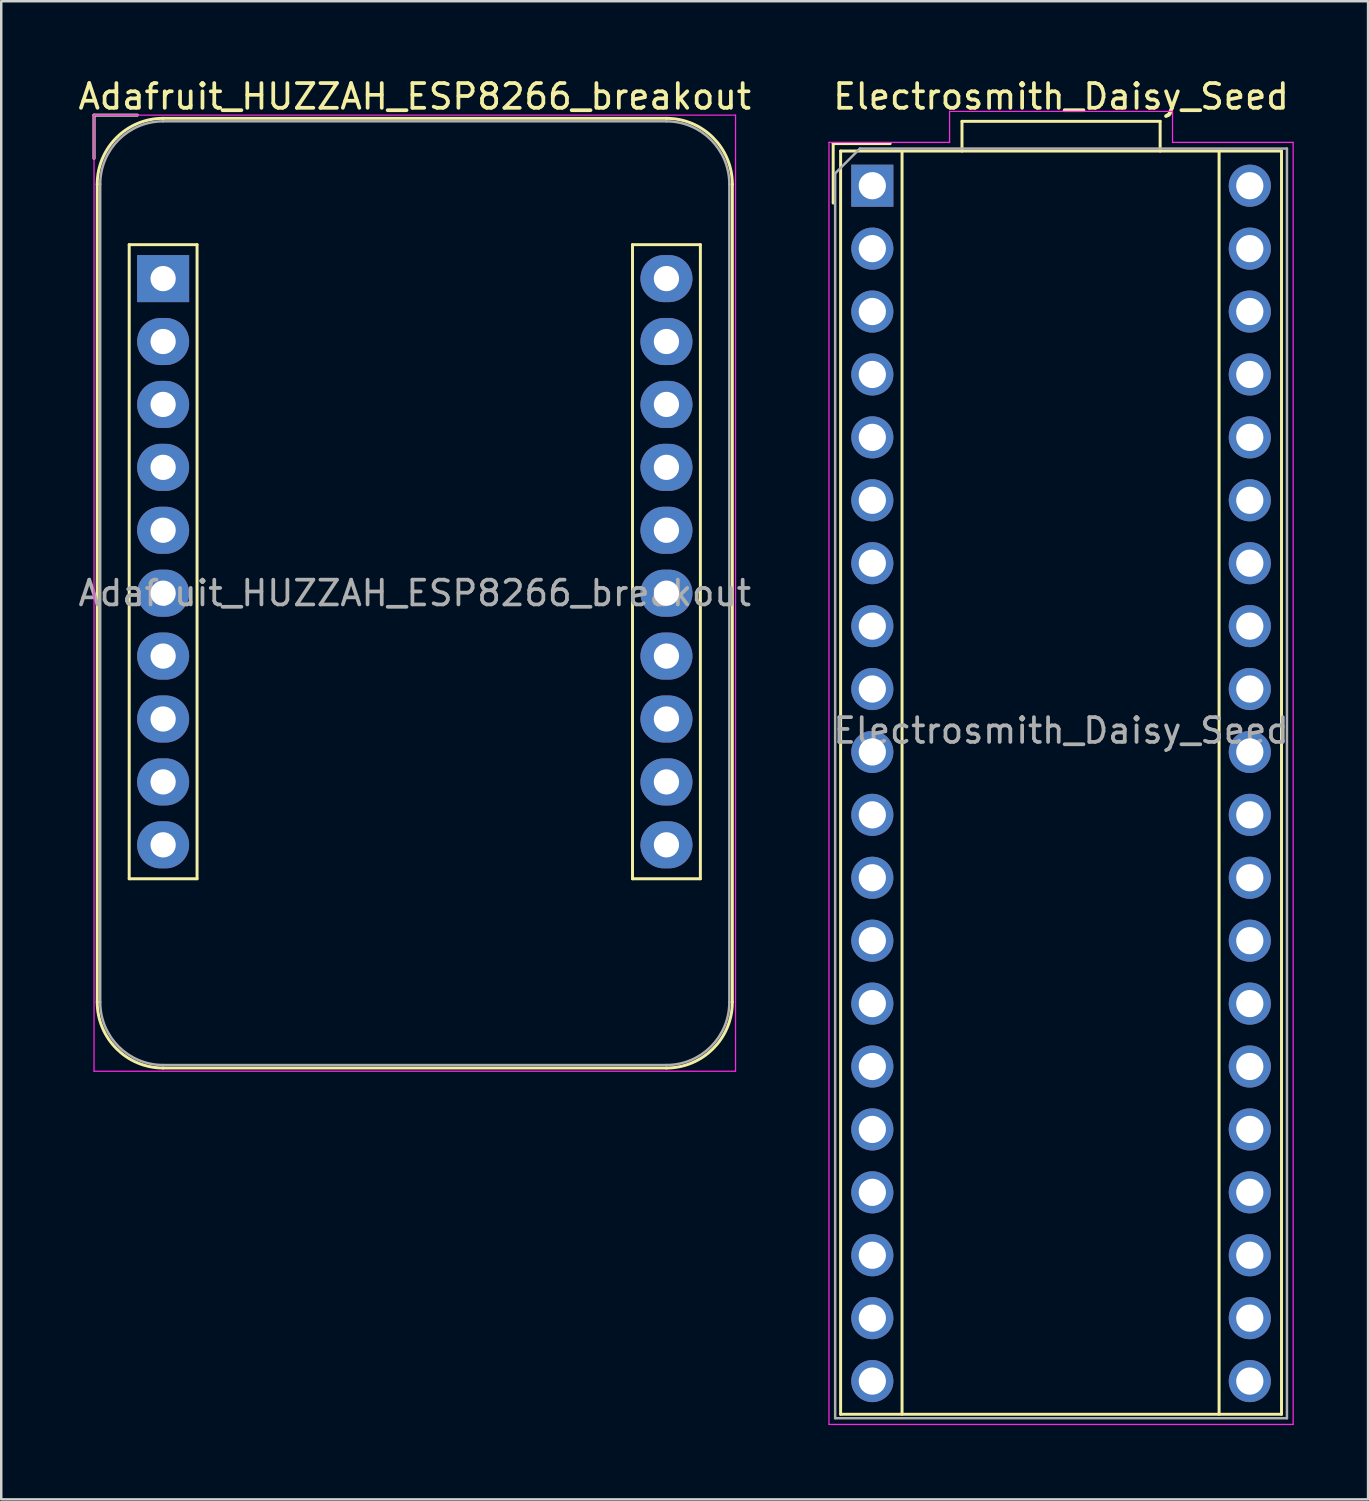
<source format=kicad_pcb>
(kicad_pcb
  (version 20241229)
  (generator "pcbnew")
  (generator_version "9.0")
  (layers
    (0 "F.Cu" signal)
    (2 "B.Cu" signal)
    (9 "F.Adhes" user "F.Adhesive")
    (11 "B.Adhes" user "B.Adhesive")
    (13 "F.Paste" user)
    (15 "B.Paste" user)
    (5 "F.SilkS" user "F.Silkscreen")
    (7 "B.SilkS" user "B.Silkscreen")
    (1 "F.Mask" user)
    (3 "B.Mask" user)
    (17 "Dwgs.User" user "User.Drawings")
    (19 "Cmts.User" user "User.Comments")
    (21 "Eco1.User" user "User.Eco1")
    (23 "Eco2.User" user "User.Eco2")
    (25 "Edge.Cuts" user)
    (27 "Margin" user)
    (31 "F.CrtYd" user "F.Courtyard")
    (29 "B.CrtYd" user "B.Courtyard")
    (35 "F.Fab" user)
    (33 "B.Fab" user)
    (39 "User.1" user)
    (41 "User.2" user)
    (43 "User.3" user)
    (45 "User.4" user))
  (footprint "Electrosmith_Daisy_Seed"
    (layer "F.Cu")
    (at 32.168 4.448)
    (property "Reference" "Electrosmith_Daisy_Seed" (at 7.62 -3.6 0) (layer "F.SilkS") (effects (font (size 1 1) (thickness 0.15))))
    (attr through_hole)
    (fp_line (start -1.58 -1.7) (end -1.58 0.7) (stroke (width 0.12) (type solid)) (layer "F.SilkS"))
    (fp_line (start -1.28 -1.4) (end 16.52 -1.4) (stroke (width 0.12) (type solid)) (layer "F.SilkS"))
    (fp_line (start -1.28 49.6) (end -1.28 -1.4) (stroke (width 0.12) (type solid)) (layer "F.SilkS"))
    (fp_line (start 0.72 -1.7) (end -1.58 -1.7) (stroke (width 0.12) (type solid)) (layer "F.SilkS"))
    (fp_line (start 1.2 -1.4) (end 1.2 49.6) (stroke (width 0.12) (type solid)) (layer "F.SilkS"))
    (fp_line (start 3.62 -2.6) (end 11.62 -2.6) (stroke (width 0.12) (type solid)) (layer "F.SilkS"))
    (fp_line (start 3.62 -1.4) (end 3.62 -2.6) (stroke (width 0.12) (type solid)) (layer "F.SilkS"))
    (fp_line (start 11.62 -2.6) (end 11.62 -1.4) (stroke (width 0.12) (type solid)) (layer "F.SilkS"))
    (fp_line (start 14 -1.4) (end 14 49.6) (stroke (width 0.12) (type solid)) (layer "F.SilkS"))
    (fp_line (start 16.52 -1.4) (end 16.52 49.6) (stroke (width 0.12) (type solid)) (layer "F.SilkS"))
    (fp_line (start 16.52 49.6) (end -1.28 49.6) (stroke (width 0.12) (type solid)) (layer "F.SilkS"))
    (fp_line (start -1.75 -1.75) (end 3.12 -1.75) (stroke (width 0.05) (type solid)) (layer "F.CrtYd"))
    (fp_line (start -1.75 50.01) (end -1.75 -1.75) (stroke (width 0.05) (type solid)) (layer "F.CrtYd"))
    (fp_line (start 3.12 -3) (end 12.12 -3) (stroke (width 0.05) (type solid)) (layer "F.CrtYd"))
    (fp_line (start 3.12 -1.75) (end 3.12 -3) (stroke (width 0.05) (type solid)) (layer "F.CrtYd"))
    (fp_line (start 12.12 -3) (end 12.12 -1.75) (stroke (width 0.05) (type solid)) (layer "F.CrtYd"))
    (fp_line (start 12.12 -1.75) (end 16.99 -1.75) (stroke (width 0.05) (type solid)) (layer "F.CrtYd"))
    (fp_line (start 16.99 -1.75) (end 16.99 50.01) (stroke (width 0.05) (type solid)) (layer "F.CrtYd"))
    (fp_line (start 16.99 50.01) (end -1.75 50.01) (stroke (width 0.05) (type solid)) (layer "F.CrtYd"))
    (fp_line (start -1.5 -0.5) (end -1.5 49.76) (stroke (width 0.1) (type solid)) (layer "F.Fab"))
    (fp_line (start -1.5 49.76) (end 16.74 49.76) (stroke (width 0.1) (type solid)) (layer "F.Fab"))
    (fp_line (start -0.5 -1.5) (end -1.5 -0.5) (stroke (width 0.1) (type solid)) (layer "F.Fab"))
    (fp_line (start 16.74 -1.5) (end -0.5 -1.5) (stroke (width 0.1) (type solid)) (layer "F.Fab"))
    (fp_line (start 16.74 49.76) (end 16.74 -1.5) (stroke (width 0.1) (type solid)) (layer "F.Fab"))
    (fp_text user "${REFERENCE}" (at 7.62 22 0) (layer "F.Fab") (effects (font (size 1 1) (thickness 0.15))))
    (pad "1" thru_hole rect (at 0 0) (size 1.7 1.7) (drill 1.1) (layers "*.Cu" "*.Mask"))
    (pad "2" thru_hole circle (at 0 2.54) (size 1.7 1.7) (drill 1.1) (layers "*.Cu" "*.Mask"))
    (pad "3" thru_hole circle (at 0 5.08) (size 1.7 1.7) (drill 1.1) (layers "*.Cu" "*.Mask"))
    (pad "4" thru_hole circle (at 0 7.62) (size 1.7 1.7) (drill 1.1) (layers "*.Cu" "*.Mask"))
    (pad "5" thru_hole circle (at 0 10.16) (size 1.7 1.7) (drill 1.1) (layers "*.Cu" "*.Mask"))
    (pad "6" thru_hole circle (at 0 12.7) (size 1.7 1.7) (drill 1.1) (layers "*.Cu" "*.Mask"))
    (pad "7" thru_hole circle (at 0 15.24) (size 1.7 1.7) (drill 1.1) (layers "*.Cu" "*.Mask"))
    (pad "8" thru_hole circle (at 0 17.78) (size 1.7 1.7) (drill 1.1) (layers "*.Cu" "*.Mask"))
    (pad "9" thru_hole circle (at 0 20.32) (size 1.7 1.7) (drill 1.1) (layers "*.Cu" "*.Mask"))
    (pad "10" thru_hole circle (at 0 22.86) (size 1.7 1.7) (drill 1.1) (layers "*.Cu" "*.Mask"))
    (pad "11" thru_hole circle (at 0 25.4) (size 1.7 1.7) (drill 1.1) (layers "*.Cu" "*.Mask"))
    (pad "12" thru_hole circle (at 0 27.94) (size 1.7 1.7) (drill 1.1) (layers "*.Cu" "*.Mask"))
    (pad "13" thru_hole circle (at 0 30.48) (size 1.7 1.7) (drill 1.1) (layers "*.Cu" "*.Mask"))
    (pad "14" thru_hole circle (at 0 33.02) (size 1.7 1.7) (drill 1.1) (layers "*.Cu" "*.Mask"))
    (pad "15" thru_hole circle (at 0 35.56) (size 1.7 1.7) (drill 1.1) (layers "*.Cu" "*.Mask"))
    (pad "16" thru_hole circle (at 0 38.1) (size 1.7 1.7) (drill 1.1) (layers "*.Cu" "*.Mask"))
    (pad "17" thru_hole circle (at 0 40.64) (size 1.7 1.7) (drill 1.1) (layers "*.Cu" "*.Mask"))
    (pad "18" thru_hole circle (at 0 43.18) (size 1.7 1.7) (drill 1.1) (layers "*.Cu" "*.Mask"))
    (pad "19" thru_hole circle (at 0 45.72) (size 1.7 1.7) (drill 1.1) (layers "*.Cu" "*.Mask"))
    (pad "20" thru_hole circle (at 0 48.26) (size 1.7 1.7) (drill 1.1) (layers "*.Cu" "*.Mask"))
    (pad "21" thru_hole circle (at 15.24 48.26) (size 1.7 1.7) (drill 1.1) (layers "*.Cu" "*.Mask"))
    (pad "22" thru_hole circle (at 15.24 45.72) (size 1.7 1.7) (drill 1.1) (layers "*.Cu" "*.Mask"))
    (pad "23" thru_hole circle (at 15.24 43.18) (size 1.7 1.7) (drill 1.1) (layers "*.Cu" "*.Mask"))
    (pad "24" thru_hole circle (at 15.24 40.64) (size 1.7 1.7) (drill 1.1) (layers "*.Cu" "*.Mask"))
    (pad "25" thru_hole circle (at 15.24 38.1) (size 1.7 1.7) (drill 1.1) (layers "*.Cu" "*.Mask"))
    (pad "26" thru_hole circle (at 15.24 35.56) (size 1.7 1.7) (drill 1.1) (layers "*.Cu" "*.Mask"))
    (pad "27" thru_hole circle (at 15.24 33.02) (size 1.7 1.7) (drill 1.1) (layers "*.Cu" "*.Mask"))
    (pad "28" thru_hole circle (at 15.24 30.48) (size 1.7 1.7) (drill 1.1) (layers "*.Cu" "*.Mask"))
    (pad "29" thru_hole circle (at 15.24 27.94) (size 1.7 1.7) (drill 1.1) (layers "*.Cu" "*.Mask"))
    (pad "30" thru_hole circle (at 15.24 25.4) (size 1.7 1.7) (drill 1.1) (layers "*.Cu" "*.Mask"))
    (pad "31" thru_hole circle (at 15.24 22.86) (size 1.7 1.7) (drill 1.1) (layers "*.Cu" "*.Mask"))
    (pad "32" thru_hole circle (at 15.24 20.32) (size 1.7 1.7) (drill 1.1) (layers "*.Cu" "*.Mask"))
    (pad "33" thru_hole circle (at 15.24 17.78) (size 1.7 1.7) (drill 1.1) (layers "*.Cu" "*.Mask"))
    (pad "34" thru_hole circle (at 15.24 15.24) (size 1.7 1.7) (drill 1.1) (layers "*.Cu" "*.Mask"))
    (pad "35" thru_hole circle (at 15.24 12.7) (size 1.7 1.7) (drill 1.1) (layers "*.Cu" "*.Mask"))
    (pad "36" thru_hole circle (at 15.24 10.16) (size 1.7 1.7) (drill 1.1) (layers "*.Cu" "*.Mask"))
    (pad "37" thru_hole circle (at 15.24 7.62) (size 1.7 1.7) (drill 1.1) (layers "*.Cu" "*.Mask"))
    (pad "38" thru_hole circle (at 15.24 5.08) (size 1.7 1.7) (drill 1.1) (layers "*.Cu" "*.Mask"))
    (pad "39" thru_hole circle (at 15.24 2.54) (size 1.7 1.7) (drill 1.1) (layers "*.Cu" "*.Mask"))
    (pad "40" thru_hole circle (at 15.24 0) (size 1.7 1.7) (drill 1.1) (layers "*.Cu" "*.Mask")))
  (footprint "Adafruit_HUZZAH_ESP8266_breakout"
    (layer "F.Cu")
    (at 3.536 8.198)
    (property "Reference" "Adafruit_HUZZAH_ESP8266_breakout" (at 10.16 -7.35 0) (layer "F.SilkS") (effects (font (size 1 1) (thickness 0.15))))
    (attr through_hole)
    (fp_line (start -2.79 -6.6) (end -1.04 -6.6) (stroke (width 0.12) (type solid)) (layer "F.SilkS"))
    (fp_line (start -2.79 -4.85) (end -2.79 -6.6) (stroke (width 0.12) (type solid)) (layer "F.SilkS"))
    (fp_line (start -2.66 -3.81) (end -2.66 29.21) (stroke (width 0.12) (type solid)) (layer "F.SilkS"))
    (fp_line (start -1.37 -1.37) (end -1.37 24.23) (stroke (width 0.12) (type solid)) (layer "F.SilkS"))
    (fp_line (start -1.37 24.23) (end 1.37 24.23) (stroke (width 0.12) (type solid)) (layer "F.SilkS"))
    (fp_line (start 0 -6.47) (end 20.32 -6.47) (stroke (width 0.12) (type solid)) (layer "F.SilkS"))
    (fp_line (start 0 31.87) (end 20.32 31.87) (stroke (width 0.12) (type solid)) (layer "F.SilkS"))
    (fp_line (start 1.37 -1.37) (end -1.37 -1.37) (stroke (width 0.12) (type solid)) (layer "F.SilkS"))
    (fp_line (start 1.37 24.23) (end 1.37 -1.37) (stroke (width 0.12) (type solid)) (layer "F.SilkS"))
    (fp_line (start 18.95 -1.37) (end 18.95 24.23) (stroke (width 0.12) (type solid)) (layer "F.SilkS"))
    (fp_line (start 18.95 24.23) (end 21.69 24.23) (stroke (width 0.12) (type solid)) (layer "F.SilkS"))
    (fp_line (start 21.69 -1.37) (end 18.95 -1.37) (stroke (width 0.12) (type solid)) (layer "F.SilkS"))
    (fp_line (start 21.69 24.23) (end 21.69 -1.37) (stroke (width 0.12) (type solid)) (layer "F.SilkS"))
    (fp_line (start 22.98 -3.81) (end 22.98 29.21) (stroke (width 0.12) (type solid)) (layer "F.SilkS"))
    (fp_arc (start -2.66 -3.81) (mid -1.880904 -5.690904) (end 0 -6.47) (stroke (width 0.12) (type solid)) (layer "F.SilkS"))
    (fp_arc (start 0 31.87) (mid -1.880904 31.090904) (end -2.66 29.21) (stroke (width 0.12) (type solid)) (layer "F.SilkS"))
    (fp_arc (start 20.32 -6.47) (mid 22.200904 -5.690904) (end 22.98 -3.81) (stroke (width 0.12) (type solid)) (layer "F.SilkS"))
    (fp_arc (start 22.98 29.21) (mid 22.200904 31.090904) (end 20.32 31.87) (stroke (width 0.12) (type solid)) (layer "F.SilkS"))
    (fp_line (start -2.79 -6.6) (end -2.79 32) (stroke (width 0.05) (type solid)) (layer "F.CrtYd"))
    (fp_line (start -2.79 32) (end 23.11 32) (stroke (width 0.05) (type solid)) (layer "F.CrtYd"))
    (fp_line (start 23.11 -6.6) (end -2.79 -6.6) (stroke (width 0.05) (type solid)) (layer "F.CrtYd"))
    (fp_line (start 23.11 32) (end 23.11 -6.6) (stroke (width 0.05) (type solid)) (layer "F.CrtYd"))
    (fp_line (start -2.79 -6.6) (end -1.04 -6.6) (stroke (width 0.1) (type solid)) (layer "F.Fab"))
    (fp_line (start -2.79 -4.85) (end -2.79 -6.6) (stroke (width 0.1) (type solid)) (layer "F.Fab"))
    (fp_line (start -2.54 -3.81) (end -2.54 29.21) (stroke (width 0.1) (type solid)) (layer "F.Fab"))
    (fp_line (start 0 -6.35) (end 20.32 -6.35) (stroke (width 0.1) (type solid)) (layer "F.Fab"))
    (fp_line (start 0 31.75) (end 20.32 31.75) (stroke (width 0.1) (type solid)) (layer "F.Fab"))
    (fp_line (start 22.86 -3.81) (end 22.86 29.21) (stroke (width 0.1) (type solid)) (layer "F.Fab"))
    (fp_arc (start -2.54 -3.81) (mid -1.796051 -5.606051) (end 0 -6.35) (stroke (width 0.1) (type solid)) (layer "F.Fab"))
    (fp_arc (start 0 31.75) (mid -1.796051 31.006051) (end -2.54 29.21) (stroke (width 0.1) (type solid)) (layer "F.Fab"))
    (fp_arc (start 20.32 -6.35) (mid 22.116051 -5.606051) (end 22.86 -3.81) (stroke (width 0.1) (type solid)) (layer "F.Fab"))
    (fp_arc (start 22.86 29.21) (mid 22.116051 31.006051) (end 20.32 31.75) (stroke (width 0.1) (type solid)) (layer "F.Fab"))
    (fp_text user "${REFERENCE}" (at 10.16 12.7 0) (layer "F.Fab") (effects (font (size 1 1) (thickness 0.15))))
    (pad "1" thru_hole rect (at 0 0) (size 2.1 1.9) (drill 1.02) (layers "*.Cu" "*.Mask"))
    (pad "2" thru_hole oval (at 0 2.54) (size 2.1 1.9) (drill 1.02) (layers "*.Cu" "*.Mask"))
    (pad "3" thru_hole oval (at 0 5.08) (size 2.1 1.9) (drill 1.02) (layers "*.Cu" "*.Mask"))
    (pad "4" thru_hole oval (at 0 7.62) (size 2.1 1.9) (drill 1.02) (layers "*.Cu" "*.Mask"))
    (pad "5" thru_hole oval (at 0 10.16) (size 2.1 1.9) (drill 1.02) (layers "*.Cu" "*.Mask"))
    (pad "6" thru_hole oval (at 0 12.7) (size 2.1 1.9) (drill 1.02) (layers "*.Cu" "*.Mask"))
    (pad "7" thru_hole oval (at 0 15.24) (size 2.1 1.9) (drill 1.02) (layers "*.Cu" "*.Mask"))
    (pad "8" thru_hole oval (at 0 17.78) (size 2.1 1.9) (drill 1.02) (layers "*.Cu" "*.Mask"))
    (pad "9" thru_hole oval (at 0 20.32) (size 2.1 1.9) (drill 1.02) (layers "*.Cu" "*.Mask"))
    (pad "10" thru_hole oval (at 0 22.86) (size 2.1 1.9) (drill 1.02) (layers "*.Cu" "*.Mask"))
    (pad "11" thru_hole oval (at 20.32 22.86) (size 2.1 1.9) (drill 1.02) (layers "*.Cu" "*.Mask"))
    (pad "12" thru_hole oval (at 20.32 20.32) (size 2.1 1.9) (drill 1.02) (layers "*.Cu" "*.Mask"))
    (pad "13" thru_hole oval (at 20.32 17.78) (size 2.1 1.9) (drill 1.02) (layers "*.Cu" "*.Mask"))
    (pad "14" thru_hole oval (at 20.32 15.24) (size 2.1 1.9) (drill 1.02) (layers "*.Cu" "*.Mask"))
    (pad "15" thru_hole oval (at 20.32 12.7) (size 2.1 1.9) (drill 1.02) (layers "*.Cu" "*.Mask"))
    (pad "16" thru_hole oval (at 20.32 10.16) (size 2.1 1.9) (drill 1.02) (layers "*.Cu" "*.Mask"))
    (pad "17" thru_hole oval (at 20.32 7.62) (size 2.1 1.9) (drill 1.02) (layers "*.Cu" "*.Mask"))
    (pad "18" thru_hole oval (at 20.32 5.08) (size 2.1 1.9) (drill 1.02) (layers "*.Cu" "*.Mask"))
    (pad "19" thru_hole oval (at 20.32 2.54) (size 2.1 1.9) (drill 1.02) (layers "*.Cu" "*.Mask"))
    (pad "20" thru_hole oval (at 20.32 0) (size 2.1 1.9) (drill 1.02) (layers "*.Cu" "*.Mask")))
  (gr_rect
    (start -3 -3)
    (end 52.183 57.483)
    (stroke (width 0.1) (type default))
    (fill no)
    (layer "Edge.Cuts")))
</source>
